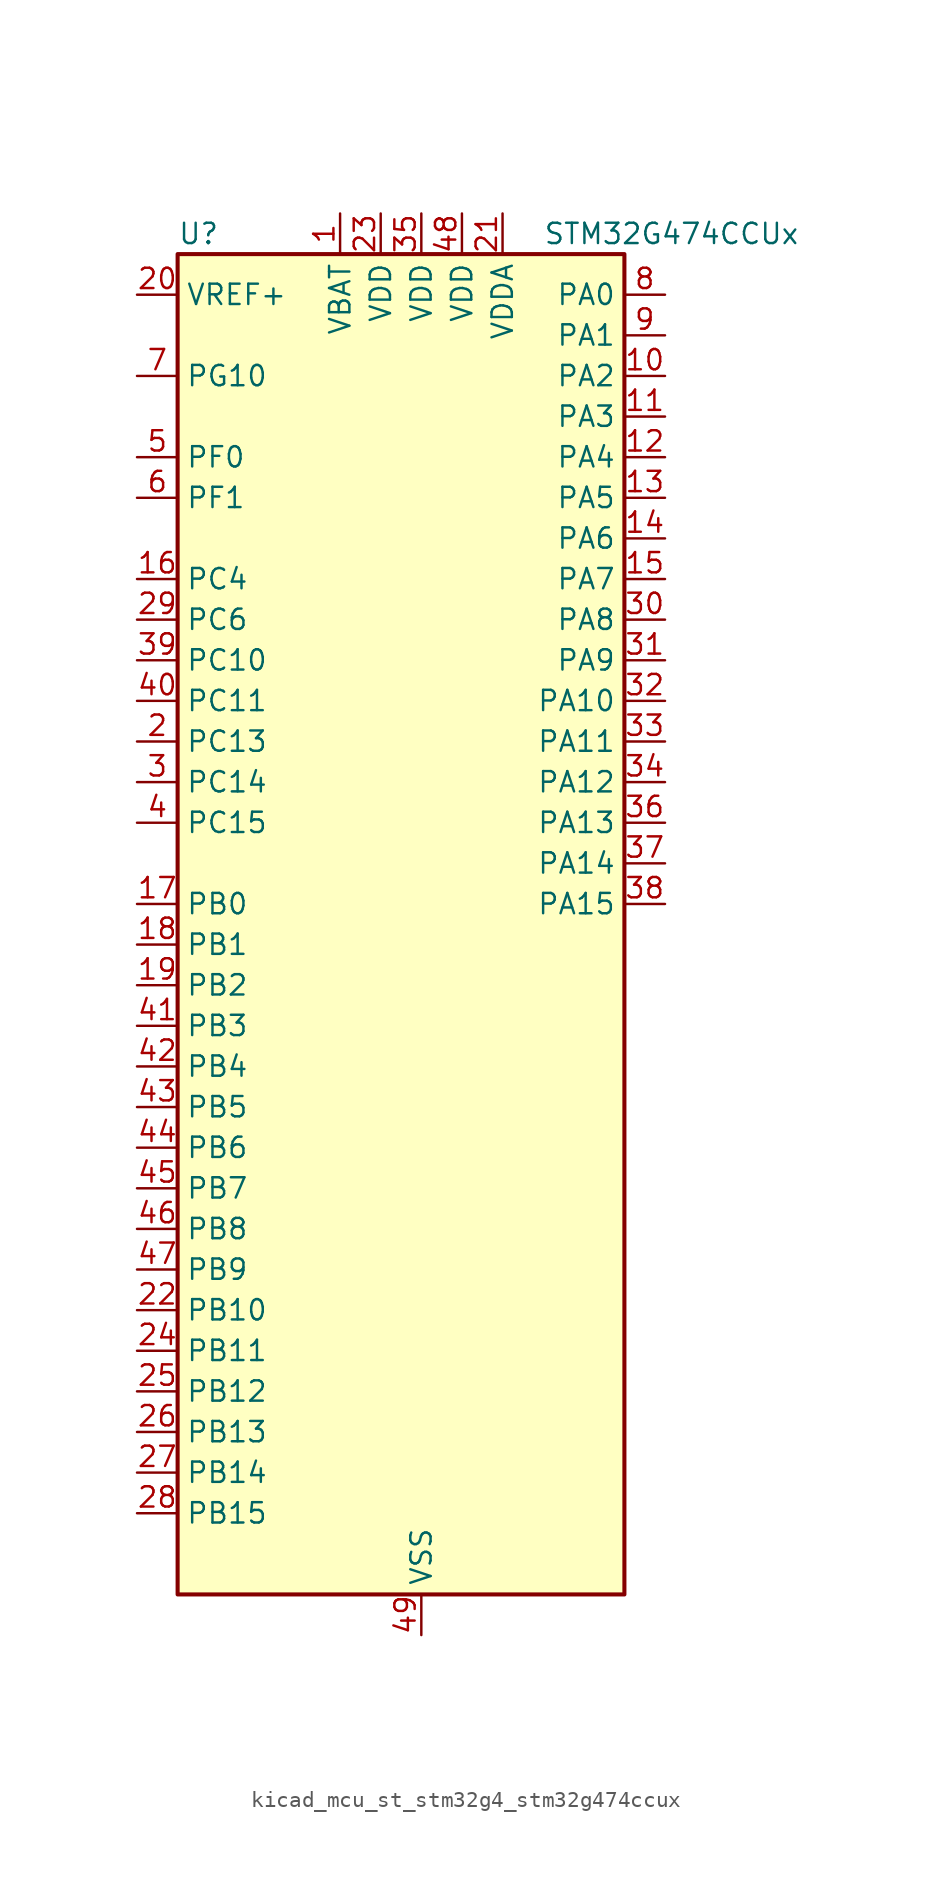
<source format=kicad_sym>
(kicad_symbol_lib
  (version 20220914)
  (generator kicad_symbol_editor)
  (symbol "kicad_mcu_st_stm32g4_stm32g474ccux"
    (property "Reference" "U"
      (at -12.7 44.45 0)
      (effects (font (size 1.27 1.27)) (justify left)))
    (property "Value" "STM32G474CCUx"
      (at 10.16 44.45 0)
      (effects (font (size 1.27 1.27)) (justify left)))
    (property "ki_locked" ""
      (at 0 0 0)
      (effects (font (size 1.27 1.27))))
    (symbol "kicad_mcu_st_stm32g4_stm32g474ccux_0_1"
      (rectangle (start -12.7 -40.64) (end 15.24 43.18) (stroke (width 0.254) (type default)) (fill (type background))))
    (symbol "kicad_mcu_st_stm32g4_stm32g474ccux_1_1"
      (pin power_in line (at -2.54 45.72 270) (length 2.54) (name "VBAT" (effects (font (size 1.27 1.27)))) (number "1" (effects (font (size 1.27 1.27)))))
      (pin bidirectional line (at 17.78 35.56 180) (length 2.54) (name "PA2" (effects (font (size 1.27 1.27)))) (number "10" (effects (font (size 1.27 1.27)))) (alternate "ADC1_IN3" bidirectional line) (alternate "ADC3_EXTI2" bidirectional line) (alternate "ADC4_EXTI2" bidirectional line) (alternate "ADC5_EXTI2" bidirectional line) (alternate "COMP2_INM" bidirectional line) (alternate "COMP2_OUT" bidirectional line) (alternate "LPUART1_TX" bidirectional line) (alternate "OPAMP1_VOUT" bidirectional line) (alternate "QUADSPI1_BK1_NCS" bidirectional line) (alternate "RCC_LSCO" bidirectional line) (alternate "SYS_WKUP4" bidirectional line) (alternate "TIM15_CH1" bidirectional line) (alternate "TIM2_CH3" bidirectional line) (alternate "TIM5_CH3" bidirectional line) (alternate "UCPD1_FRSTX1" bidirectional line) (alternate "UCPD1_FRSTX2" bidirectional line) (alternate "USART2_TX" bidirectional line))
      (pin bidirectional line (at 17.78 33.02 180) (length 2.54) (name "PA3" (effects (font (size 1.27 1.27)))) (number "11" (effects (font (size 1.27 1.27)))) (alternate "ADC1_IN4" bidirectional line) (alternate "ADC3_EXTI3" bidirectional line) (alternate "ADC4_EXTI3" bidirectional line) (alternate "ADC5_EXTI3" bidirectional line) (alternate "COMP2_INP" bidirectional line) (alternate "LPUART1_RX" bidirectional line) (alternate "OPAMP1_VINM" bidirectional line) (alternate "OPAMP1_VINM0" bidirectional line) (alternate "OPAMP1_VINM_SEC" bidirectional line) (alternate "OPAMP1_VINP" bidirectional line) (alternate "OPAMP1_VINP_SEC" bidirectional line) (alternate "OPAMP5_VINM" bidirectional line) (alternate "OPAMP5_VINM1" bidirectional line) (alternate "OPAMP5_VINM_SEC" bidirectional line) (alternate "QUADSPI1_CLK" bidirectional line) (alternate "SAI1_CK1" bidirectional line) (alternate "SAI1_MCLK_A" bidirectional line) (alternate "TIM15_CH2" bidirectional line) (alternate "TIM2_CH4" bidirectional line) (alternate "TIM5_CH4" bidirectional line) (alternate "USART2_RX" bidirectional line))
      (pin bidirectional line (at 17.78 30.48 180) (length 2.54) (name "PA4" (effects (font (size 1.27 1.27)))) (number "12" (effects (font (size 1.27 1.27)))) (alternate "ADC2_IN17" bidirectional line) (alternate "COMP1_INM" bidirectional line) (alternate "DAC1_OUT1" bidirectional line) (alternate "I2S3_WS" bidirectional line) (alternate "SAI1_FS_B" bidirectional line) (alternate "SPI1_NSS" bidirectional line) (alternate "SPI3_NSS" bidirectional line) (alternate "TIM3_CH2" bidirectional line) (alternate "USART2_CK" bidirectional line))
      (pin bidirectional line (at 17.78 27.94 180) (length 2.54) (name "PA5" (effects (font (size 1.27 1.27)))) (number "13" (effects (font (size 1.27 1.27)))) (alternate "ADC2_IN13" bidirectional line) (alternate "COMP2_INM" bidirectional line) (alternate "DAC1_OUT2" bidirectional line) (alternate "OPAMP2_VINM" bidirectional line) (alternate "OPAMP2_VINM0" bidirectional line) (alternate "OPAMP2_VINM_SEC" bidirectional line) (alternate "SPI1_SCK" bidirectional line) (alternate "TIM2_CH1" bidirectional line) (alternate "TIM2_ETR" bidirectional line) (alternate "UCPD1_FRSTX1" bidirectional line) (alternate "UCPD1_FRSTX2" bidirectional line))
      (pin bidirectional line (at 17.78 25.4 180) (length 2.54) (name "PA6" (effects (font (size 1.27 1.27)))) (number "14" (effects (font (size 1.27 1.27)))) (alternate "ADC2_IN3" bidirectional line) (alternate "COMP1_OUT" bidirectional line) (alternate "DAC2_OUT1" bidirectional line) (alternate "LPUART1_CTS" bidirectional line) (alternate "OPAMP2_VOUT" bidirectional line) (alternate "QUADSPI1_BK1_IO3" bidirectional line) (alternate "SPI1_MISO" bidirectional line) (alternate "TIM16_CH1" bidirectional line) (alternate "TIM1_BKIN" bidirectional line) (alternate "TIM3_CH1" bidirectional line) (alternate "TIM8_BKIN" bidirectional line))
      (pin bidirectional line (at 17.78 22.86 180) (length 2.54) (name "PA7" (effects (font (size 1.27 1.27)))) (number "15" (effects (font (size 1.27 1.27)))) (alternate "ADC2_IN4" bidirectional line) (alternate "COMP2_INP" bidirectional line) (alternate "COMP2_OUT" bidirectional line) (alternate "OPAMP1_VINP" bidirectional line) (alternate "OPAMP1_VINP_SEC" bidirectional line) (alternate "OPAMP2_VINP" bidirectional line) (alternate "OPAMP2_VINP_SEC" bidirectional line) (alternate "QUADSPI1_BK1_IO2" bidirectional line) (alternate "SPI1_MOSI" bidirectional line) (alternate "TIM17_CH1" bidirectional line) (alternate "TIM1_CH1N" bidirectional line) (alternate "TIM3_CH2" bidirectional line) (alternate "TIM8_CH1N" bidirectional line) (alternate "UCPD1_FRSTX1" bidirectional line) (alternate "UCPD1_FRSTX2" bidirectional line))
      (pin bidirectional line (at -15.24 22.86 0) (length 2.54) (name "PC4" (effects (font (size 1.27 1.27)))) (number "16" (effects (font (size 1.27 1.27)))) (alternate "ADC2_IN5" bidirectional line) (alternate "I2C2_SCL" bidirectional line) (alternate "QUADSPI1_BK2_IO3" bidirectional line) (alternate "TIM1_ETR" bidirectional line) (alternate "USART1_TX" bidirectional line))
      (pin bidirectional line (at -15.24 2.54 0) (length 2.54) (name "PB0" (effects (font (size 1.27 1.27)))) (number "17" (effects (font (size 1.27 1.27)))) (alternate "ADC1_IN15" bidirectional line) (alternate "ADC3_IN12" bidirectional line) (alternate "COMP4_INP" bidirectional line) (alternate "HRTIM1_FLT5" bidirectional line) (alternate "OPAMP2_VINP" bidirectional line) (alternate "OPAMP2_VINP_SEC" bidirectional line) (alternate "OPAMP3_VINP" bidirectional line) (alternate "OPAMP3_VINP_SEC" bidirectional line) (alternate "QUADSPI1_BK1_IO1" bidirectional line) (alternate "TIM1_CH2N" bidirectional line) (alternate "TIM3_CH3" bidirectional line) (alternate "TIM8_CH2N" bidirectional line) (alternate "UCPD1_FRSTX1" bidirectional line) (alternate "UCPD1_FRSTX2" bidirectional line))
      (pin bidirectional line (at -15.24 0 0) (length 2.54) (name "PB1" (effects (font (size 1.27 1.27)))) (number "18" (effects (font (size 1.27 1.27)))) (alternate "ADC1_IN12" bidirectional line) (alternate "ADC3_IN1" bidirectional line) (alternate "COMP1_INP" bidirectional line) (alternate "COMP4_OUT" bidirectional line) (alternate "HRTIM1_SCOUT" bidirectional line) (alternate "LPUART1_DE" bidirectional line) (alternate "LPUART1_RTS" bidirectional line) (alternate "OPAMP3_VOUT" bidirectional line) (alternate "OPAMP6_VINM" bidirectional line) (alternate "OPAMP6_VINM1" bidirectional line) (alternate "OPAMP6_VINM_SEC" bidirectional line) (alternate "QUADSPI1_BK1_IO0" bidirectional line) (alternate "TIM1_CH3N" bidirectional line) (alternate "TIM3_CH4" bidirectional line) (alternate "TIM8_CH3N" bidirectional line))
      (pin bidirectional line (at -15.24 -2.54 0) (length 2.54) (name "PB2" (effects (font (size 1.27 1.27)))) (number "19" (effects (font (size 1.27 1.27)))) (alternate "ADC2_IN12" bidirectional line) (alternate "ADC3_EXTI2" bidirectional line) (alternate "ADC4_EXTI2" bidirectional line) (alternate "ADC5_EXTI2" bidirectional line) (alternate "COMP4_INM" bidirectional line) (alternate "HRTIM1_SCIN" bidirectional line) (alternate "I2C3_SMBA" bidirectional line) (alternate "LPTIM1_OUT" bidirectional line) (alternate "OPAMP3_VINM" bidirectional line) (alternate "OPAMP3_VINM0" bidirectional line) (alternate "OPAMP3_VINM_SEC" bidirectional line) (alternate "QUADSPI1_BK2_IO1" bidirectional line) (alternate "RTC_OUT2" bidirectional line) (alternate "TIM20_CH1" bidirectional line) (alternate "TIM5_CH1" bidirectional line))
      (pin bidirectional line (at -15.24 12.7 0) (length 2.54) (name "PC13" (effects (font (size 1.27 1.27)))) (number "2" (effects (font (size 1.27 1.27)))) (alternate "RTC_OUT1" bidirectional line) (alternate "RTC_TAMP1" bidirectional line) (alternate "RTC_TS" bidirectional line) (alternate "SYS_WKUP2" bidirectional line) (alternate "TIM1_BKIN" bidirectional line) (alternate "TIM1_CH1N" bidirectional line) (alternate "TIM8_CH4N" bidirectional line))
      (pin input line (at -15.24 40.64 0) (length 2.54) (name "VREF+" (effects (font (size 1.27 1.27)))) (number "20" (effects (font (size 1.27 1.27)))) (alternate "VREFBUF_OUT" bidirectional line))
      (pin power_in line (at 7.62 45.72 270) (length 2.54) (name "VDDA" (effects (font (size 1.27 1.27)))) (number "21" (effects (font (size 1.27 1.27)))))
      (pin bidirectional line (at -15.24 -22.86 0) (length 2.54) (name "PB10" (effects (font (size 1.27 1.27)))) (number "22" (effects (font (size 1.27 1.27)))) (alternate "COMP5_INM" bidirectional line) (alternate "DAC1_EXTI10" bidirectional line) (alternate "DAC2_EXTI10" bidirectional line) (alternate "DAC3_EXTI10" bidirectional line) (alternate "DAC4_EXTI10" bidirectional line) (alternate "HRTIM1_FLT3" bidirectional line) (alternate "LPUART1_RX" bidirectional line) (alternate "OPAMP3_VINM" bidirectional line) (alternate "OPAMP3_VINM1" bidirectional line) (alternate "OPAMP3_VINM_SEC" bidirectional line) (alternate "OPAMP4_VINM" bidirectional line) (alternate "OPAMP4_VINM0" bidirectional line) (alternate "OPAMP4_VINM_SEC" bidirectional line) (alternate "QUADSPI1_CLK" bidirectional line) (alternate "SAI1_SCK_A" bidirectional line) (alternate "TIM1_BKIN" bidirectional line) (alternate "TIM2_CH3" bidirectional line) (alternate "USART3_TX" bidirectional line))
      (pin power_in line (at 0 45.72 270) (length 2.54) (name "VDD" (effects (font (size 1.27 1.27)))) (number "23" (effects (font (size 1.27 1.27)))))
      (pin bidirectional line (at -15.24 -25.4 0) (length 2.54) (name "PB11" (effects (font (size 1.27 1.27)))) (number "24" (effects (font (size 1.27 1.27)))) (alternate "ADC1_EXTI11" bidirectional line) (alternate "ADC1_IN14" bidirectional line) (alternate "ADC2_EXTI11" bidirectional line) (alternate "ADC2_IN14" bidirectional line) (alternate "COMP6_INP" bidirectional line) (alternate "HRTIM1_FLT4" bidirectional line) (alternate "LPUART1_TX" bidirectional line) (alternate "OPAMP4_VINP" bidirectional line) (alternate "OPAMP4_VINP_SEC" bidirectional line) (alternate "OPAMP6_VOUT" bidirectional line) (alternate "QUADSPI1_BK1_NCS" bidirectional line) (alternate "TIM2_CH4" bidirectional line) (alternate "USART3_RX" bidirectional line))
      (pin bidirectional line (at -15.24 -27.94 0) (length 2.54) (name "PB12" (effects (font (size 1.27 1.27)))) (number "25" (effects (font (size 1.27 1.27)))) (alternate "ADC1_IN11" bidirectional line) (alternate "ADC4_IN3" bidirectional line) (alternate "COMP7_INM" bidirectional line) (alternate "FDCAN2_RX" bidirectional line) (alternate "HRTIM1_CHC1" bidirectional line) (alternate "I2C2_SMBA" bidirectional line) (alternate "I2S2_WS" bidirectional line) (alternate "LPUART1_DE" bidirectional line) (alternate "LPUART1_RTS" bidirectional line) (alternate "OPAMP4_VOUT" bidirectional line) (alternate "OPAMP6_VINP" bidirectional line) (alternate "OPAMP6_VINP_SEC" bidirectional line) (alternate "SPI2_NSS" bidirectional line) (alternate "TIM1_BKIN" bidirectional line) (alternate "TIM5_ETR" bidirectional line) (alternate "USART3_CK" bidirectional line))
      (pin bidirectional line (at -15.24 -30.48 0) (length 2.54) (name "PB13" (effects (font (size 1.27 1.27)))) (number "26" (effects (font (size 1.27 1.27)))) (alternate "ADC3_IN5" bidirectional line) (alternate "COMP5_INP" bidirectional line) (alternate "FDCAN2_TX" bidirectional line) (alternate "HRTIM1_CHC2" bidirectional line) (alternate "I2S2_CK" bidirectional line) (alternate "LPUART1_CTS" bidirectional line) (alternate "OPAMP3_VINP" bidirectional line) (alternate "OPAMP3_VINP_SEC" bidirectional line) (alternate "OPAMP4_VINP" bidirectional line) (alternate "OPAMP4_VINP_SEC" bidirectional line) (alternate "OPAMP6_VINP" bidirectional line) (alternate "OPAMP6_VINP_SEC" bidirectional line) (alternate "SPI2_SCK" bidirectional line) (alternate "TIM1_CH1N" bidirectional line) (alternate "USART3_CTS" bidirectional line) (alternate "USART3_NSS" bidirectional line))
      (pin bidirectional line (at -15.24 -33.02 0) (length 2.54) (name "PB14" (effects (font (size 1.27 1.27)))) (number "27" (effects (font (size 1.27 1.27)))) (alternate "ADC1_IN5" bidirectional line) (alternate "ADC4_IN4" bidirectional line) (alternate "COMP4_OUT" bidirectional line) (alternate "COMP7_INP" bidirectional line) (alternate "HRTIM1_CHD1" bidirectional line) (alternate "OPAMP2_VINP" bidirectional line) (alternate "OPAMP2_VINP_SEC" bidirectional line) (alternate "OPAMP5_VINP" bidirectional line) (alternate "OPAMP5_VINP_SEC" bidirectional line) (alternate "SPI2_MISO" bidirectional line) (alternate "TIM15_CH1" bidirectional line) (alternate "TIM1_CH2N" bidirectional line) (alternate "USART3_DE" bidirectional line) (alternate "USART3_RTS" bidirectional line))
      (pin bidirectional line (at -15.24 -35.56 0) (length 2.54) (name "PB15" (effects (font (size 1.27 1.27)))) (number "28" (effects (font (size 1.27 1.27)))) (alternate "ADC1_EXTI15" bidirectional line) (alternate "ADC2_EXTI15" bidirectional line) (alternate "ADC2_IN15" bidirectional line) (alternate "ADC4_IN5" bidirectional line) (alternate "COMP3_OUT" bidirectional line) (alternate "COMP6_INM" bidirectional line) (alternate "HRTIM1_CHD2" bidirectional line) (alternate "I2S2_SD" bidirectional line) (alternate "OPAMP5_VINM" bidirectional line) (alternate "OPAMP5_VINM0" bidirectional line) (alternate "OPAMP5_VINM_SEC" bidirectional line) (alternate "RTC_REFIN" bidirectional line) (alternate "SPI2_MOSI" bidirectional line) (alternate "TIM15_CH1N" bidirectional line) (alternate "TIM15_CH2" bidirectional line) (alternate "TIM1_CH3N" bidirectional line))
      (pin bidirectional line (at -15.24 20.32 0) (length 2.54) (name "PC6" (effects (font (size 1.27 1.27)))) (number "29" (effects (font (size 1.27 1.27)))) (alternate "COMP6_OUT" bidirectional line) (alternate "HRTIM1_CHF1" bidirectional line) (alternate "HRTIM1_EEV10" bidirectional line) (alternate "I2C4_SCL" bidirectional line) (alternate "I2S2_MCK" bidirectional line) (alternate "TIM3_CH1" bidirectional line) (alternate "TIM8_CH1" bidirectional line))
      (pin bidirectional line (at -15.24 10.16 0) (length 2.54) (name "PC14" (effects (font (size 1.27 1.27)))) (number "3" (effects (font (size 1.27 1.27)))) (alternate "RCC_OSC32_IN" bidirectional line))
      (pin bidirectional line (at 17.78 20.32 180) (length 2.54) (name "PA8" (effects (font (size 1.27 1.27)))) (number "30" (effects (font (size 1.27 1.27)))) (alternate "ADC5_IN1" bidirectional line) (alternate "COMP7_OUT" bidirectional line) (alternate "FDCAN3_RX" bidirectional line) (alternate "HRTIM1_CHA1" bidirectional line) (alternate "I2C2_SDA" bidirectional line) (alternate "I2C3_SCL" bidirectional line) (alternate "I2S2_MCK" bidirectional line) (alternate "OPAMP5_VOUT" bidirectional line) (alternate "RCC_MCO" bidirectional line) (alternate "SAI1_CK2" bidirectional line) (alternate "SAI1_SCK_A" bidirectional line) (alternate "TIM1_CH1" bidirectional line) (alternate "TIM4_ETR" bidirectional line) (alternate "USART1_CK" bidirectional line))
      (pin bidirectional line (at 17.78 17.78 180) (length 2.54) (name "PA9" (effects (font (size 1.27 1.27)))) (number "31" (effects (font (size 1.27 1.27)))) (alternate "ADC5_IN2" bidirectional line) (alternate "COMP5_OUT" bidirectional line) (alternate "DAC1_EXTI9" bidirectional line) (alternate "DAC2_EXTI9" bidirectional line) (alternate "DAC3_EXTI9" bidirectional line) (alternate "DAC4_EXTI9" bidirectional line) (alternate "HRTIM1_CHA2" bidirectional line) (alternate "I2C2_SCL" bidirectional line) (alternate "I2C3_SMBA" bidirectional line) (alternate "I2S3_MCK" bidirectional line) (alternate "SAI1_FS_A" bidirectional line) (alternate "TIM15_BKIN" bidirectional line) (alternate "TIM1_CH2" bidirectional line) (alternate "TIM2_CH3" bidirectional line) (alternate "UCPD1_DBCC1" bidirectional line) (alternate "USART1_TX" bidirectional line))
      (pin bidirectional line (at 17.78 15.24 180) (length 2.54) (name "PA10" (effects (font (size 1.27 1.27)))) (number "32" (effects (font (size 1.27 1.27)))) (alternate "COMP6_OUT" bidirectional line) (alternate "CRS_SYNC" bidirectional line) (alternate "DAC1_EXTI10" bidirectional line) (alternate "DAC2_EXTI10" bidirectional line) (alternate "DAC3_EXTI10" bidirectional line) (alternate "DAC4_EXTI10" bidirectional line) (alternate "HRTIM1_CHB1" bidirectional line) (alternate "I2C2_SMBA" bidirectional line) (alternate "SAI1_D1" bidirectional line) (alternate "SAI1_SD_A" bidirectional line) (alternate "SPI2_MISO" bidirectional line) (alternate "TIM17_BKIN" bidirectional line) (alternate "TIM1_CH3" bidirectional line) (alternate "TIM2_CH4" bidirectional line) (alternate "TIM8_BKIN" bidirectional line) (alternate "UCPD1_DBCC2" bidirectional line) (alternate "USART1_RX" bidirectional line))
      (pin bidirectional line (at 17.78 12.7 180) (length 2.54) (name "PA11" (effects (font (size 1.27 1.27)))) (number "33" (effects (font (size 1.27 1.27)))) (alternate "ADC1_EXTI11" bidirectional line) (alternate "ADC2_EXTI11" bidirectional line) (alternate "COMP1_OUT" bidirectional line) (alternate "FDCAN1_RX" bidirectional line) (alternate "HRTIM1_CHB2" bidirectional line) (alternate "I2S2_SD" bidirectional line) (alternate "SPI2_MOSI" bidirectional line) (alternate "TIM1_BKIN2" bidirectional line) (alternate "TIM1_CH1N" bidirectional line) (alternate "TIM1_CH4" bidirectional line) (alternate "TIM4_CH1" bidirectional line) (alternate "USART1_CTS" bidirectional line) (alternate "USART1_NSS" bidirectional line) (alternate "USB_DM" bidirectional line))
      (pin bidirectional line (at 17.78 10.16 180) (length 2.54) (name "PA12" (effects (font (size 1.27 1.27)))) (number "34" (effects (font (size 1.27 1.27)))) (alternate "COMP2_OUT" bidirectional line) (alternate "FDCAN1_TX" bidirectional line) (alternate "HRTIM1_FLT1" bidirectional line) (alternate "I2S_CKIN" bidirectional line) (alternate "TIM16_CH1" bidirectional line) (alternate "TIM1_CH2N" bidirectional line) (alternate "TIM1_ETR" bidirectional line) (alternate "TIM4_CH2" bidirectional line) (alternate "USART1_DE" bidirectional line) (alternate "USART1_RTS" bidirectional line) (alternate "USB_DP" bidirectional line))
      (pin power_in line (at 2.54 45.72 270) (length 2.54) (name "VDD" (effects (font (size 1.27 1.27)))) (number "35" (effects (font (size 1.27 1.27)))))
      (pin bidirectional line (at 17.78 7.62 180) (length 2.54) (name "PA13" (effects (font (size 1.27 1.27)))) (number "36" (effects (font (size 1.27 1.27)))) (alternate "I2C1_SCL" bidirectional line) (alternate "I2C4_SCL" bidirectional line) (alternate "IR_OUT" bidirectional line) (alternate "SAI1_SD_B" bidirectional line) (alternate "SYS_JTMS-SWDIO" bidirectional line) (alternate "TIM16_CH1N" bidirectional line) (alternate "TIM4_CH3" bidirectional line) (alternate "USART3_CTS" bidirectional line) (alternate "USART3_NSS" bidirectional line))
      (pin bidirectional line (at 17.78 5.08 180) (length 2.54) (name "PA14" (effects (font (size 1.27 1.27)))) (number "37" (effects (font (size 1.27 1.27)))) (alternate "I2C1_SDA" bidirectional line) (alternate "I2C4_SMBA" bidirectional line) (alternate "LPTIM1_OUT" bidirectional line) (alternate "SAI1_FS_B" bidirectional line) (alternate "SYS_JTCK-SWCLK" bidirectional line) (alternate "TIM1_BKIN" bidirectional line) (alternate "TIM8_CH2" bidirectional line) (alternate "USART2_TX" bidirectional line))
      (pin bidirectional line (at 17.78 2.54 180) (length 2.54) (name "PA15" (effects (font (size 1.27 1.27)))) (number "38" (effects (font (size 1.27 1.27)))) (alternate "ADC1_EXTI15" bidirectional line) (alternate "ADC2_EXTI15" bidirectional line) (alternate "FDCAN3_TX" bidirectional line) (alternate "HRTIM1_FLT2" bidirectional line) (alternate "I2C1_SCL" bidirectional line) (alternate "I2S3_WS" bidirectional line) (alternate "SPI1_NSS" bidirectional line) (alternate "SPI3_NSS" bidirectional line) (alternate "SYS_JTDI" bidirectional line) (alternate "TIM1_BKIN" bidirectional line) (alternate "TIM2_CH1" bidirectional line) (alternate "TIM2_ETR" bidirectional line) (alternate "TIM8_CH1" bidirectional line) (alternate "UART4_DE" bidirectional line) (alternate "UART4_RTS" bidirectional line) (alternate "USART2_RX" bidirectional line))
      (pin bidirectional line (at -15.24 17.78 0) (length 2.54) (name "PC10" (effects (font (size 1.27 1.27)))) (number "39" (effects (font (size 1.27 1.27)))) (alternate "DAC1_EXTI10" bidirectional line) (alternate "DAC2_EXTI10" bidirectional line) (alternate "DAC3_EXTI10" bidirectional line) (alternate "DAC4_EXTI10" bidirectional line) (alternate "HRTIM1_FLT6" bidirectional line) (alternate "I2S3_CK" bidirectional line) (alternate "SPI3_SCK" bidirectional line) (alternate "TIM8_CH1N" bidirectional line) (alternate "UART4_TX" bidirectional line) (alternate "USART3_TX" bidirectional line))
      (pin bidirectional line (at -15.24 7.62 0) (length 2.54) (name "PC15" (effects (font (size 1.27 1.27)))) (number "4" (effects (font (size 1.27 1.27)))) (alternate "ADC1_EXTI15" bidirectional line) (alternate "ADC2_EXTI15" bidirectional line) (alternate "RCC_OSC32_OUT" bidirectional line))
      (pin bidirectional line (at -15.24 15.24 0) (length 2.54) (name "PC11" (effects (font (size 1.27 1.27)))) (number "40" (effects (font (size 1.27 1.27)))) (alternate "ADC1_EXTI11" bidirectional line) (alternate "ADC2_EXTI11" bidirectional line) (alternate "HRTIM1_EEV2" bidirectional line) (alternate "I2C3_SDA" bidirectional line) (alternate "SPI3_MISO" bidirectional line) (alternate "TIM8_CH2N" bidirectional line) (alternate "UART4_RX" bidirectional line) (alternate "USART3_RX" bidirectional line))
      (pin bidirectional line (at -15.24 -5.08 0) (length 2.54) (name "PB3" (effects (font (size 1.27 1.27)))) (number "41" (effects (font (size 1.27 1.27)))) (alternate "ADC3_EXTI3" bidirectional line) (alternate "ADC4_EXTI3" bidirectional line) (alternate "ADC5_EXTI3" bidirectional line) (alternate "CRS_SYNC" bidirectional line) (alternate "FDCAN3_RX" bidirectional line) (alternate "HRTIM1_EEV9" bidirectional line) (alternate "HRTIM1_SCOUT" bidirectional line) (alternate "I2S3_CK" bidirectional line) (alternate "SAI1_SCK_B" bidirectional line) (alternate "SPI1_SCK" bidirectional line) (alternate "SPI3_SCK" bidirectional line) (alternate "SYS_JTDO-SWO" bidirectional line) (alternate "TIM2_CH2" bidirectional line) (alternate "TIM3_ETR" bidirectional line) (alternate "TIM4_ETR" bidirectional line) (alternate "TIM8_CH1N" bidirectional line) (alternate "USART2_TX" bidirectional line))
      (pin bidirectional line (at -15.24 -7.62 0) (length 2.54) (name "PB4" (effects (font (size 1.27 1.27)))) (number "42" (effects (font (size 1.27 1.27)))) (alternate "FDCAN3_TX" bidirectional line) (alternate "HRTIM1_EEV7" bidirectional line) (alternate "SAI1_MCLK_B" bidirectional line) (alternate "SPI1_MISO" bidirectional line) (alternate "SPI3_MISO" bidirectional line) (alternate "SYS_JTRST" bidirectional line) (alternate "TIM16_CH1" bidirectional line) (alternate "TIM17_BKIN" bidirectional line) (alternate "TIM3_CH1" bidirectional line) (alternate "TIM8_CH2N" bidirectional line) (alternate "UCPD1_CC2" bidirectional line) (alternate "USART2_RX" bidirectional line))
      (pin bidirectional line (at -15.24 -10.16 0) (length 2.54) (name "PB5" (effects (font (size 1.27 1.27)))) (number "43" (effects (font (size 1.27 1.27)))) (alternate "FDCAN2_RX" bidirectional line) (alternate "HRTIM1_EEV6" bidirectional line) (alternate "I2C1_SMBA" bidirectional line) (alternate "I2C3_SDA" bidirectional line) (alternate "I2S3_SD" bidirectional line) (alternate "LPTIM1_IN1" bidirectional line) (alternate "SAI1_SD_B" bidirectional line) (alternate "SPI1_MOSI" bidirectional line) (alternate "SPI3_MOSI" bidirectional line) (alternate "TIM16_BKIN" bidirectional line) (alternate "TIM17_CH1" bidirectional line) (alternate "TIM3_CH2" bidirectional line) (alternate "TIM8_CH3N" bidirectional line) (alternate "USART2_CK" bidirectional line))
      (pin bidirectional line (at -15.24 -12.7 0) (length 2.54) (name "PB6" (effects (font (size 1.27 1.27)))) (number "44" (effects (font (size 1.27 1.27)))) (alternate "COMP4_OUT" bidirectional line) (alternate "FDCAN2_TX" bidirectional line) (alternate "HRTIM1_EEV4" bidirectional line) (alternate "HRTIM1_SCIN" bidirectional line) (alternate "LPTIM1_ETR" bidirectional line) (alternate "SAI1_FS_B" bidirectional line) (alternate "TIM16_CH1N" bidirectional line) (alternate "TIM4_CH1" bidirectional line) (alternate "TIM8_BKIN2" bidirectional line) (alternate "TIM8_CH1" bidirectional line) (alternate "TIM8_ETR" bidirectional line) (alternate "UCPD1_CC1" bidirectional line) (alternate "USART1_TX" bidirectional line))
      (pin bidirectional line (at -15.24 -15.24 0) (length 2.54) (name "PB7" (effects (font (size 1.27 1.27)))) (number "45" (effects (font (size 1.27 1.27)))) (alternate "COMP3_OUT" bidirectional line) (alternate "HRTIM1_EEV3" bidirectional line) (alternate "I2C1_SDA" bidirectional line) (alternate "I2C4_SDA" bidirectional line) (alternate "LPTIM1_IN2" bidirectional line) (alternate "SYS_PVD_IN" bidirectional line) (alternate "TIM17_CH1N" bidirectional line) (alternate "TIM3_CH4" bidirectional line) (alternate "TIM4_CH2" bidirectional line) (alternate "TIM8_BKIN" bidirectional line) (alternate "UART4_CTS" bidirectional line) (alternate "USART1_RX" bidirectional line))
      (pin bidirectional line (at -15.24 -17.78 0) (length 2.54) (name "PB8" (effects (font (size 1.27 1.27)))) (number "46" (effects (font (size 1.27 1.27)))) (alternate "COMP1_OUT" bidirectional line) (alternate "FDCAN1_RX" bidirectional line) (alternate "HRTIM1_EEV8" bidirectional line) (alternate "I2C1_SCL" bidirectional line) (alternate "SAI1_CK1" bidirectional line) (alternate "SAI1_MCLK_A" bidirectional line) (alternate "TIM16_CH1" bidirectional line) (alternate "TIM1_BKIN" bidirectional line) (alternate "TIM4_CH3" bidirectional line) (alternate "TIM8_CH2" bidirectional line) (alternate "USART3_RX" bidirectional line))
      (pin bidirectional line (at -15.24 -20.32 0) (length 2.54) (name "PB9" (effects (font (size 1.27 1.27)))) (number "47" (effects (font (size 1.27 1.27)))) (alternate "COMP2_OUT" bidirectional line) (alternate "DAC1_EXTI9" bidirectional line) (alternate "DAC2_EXTI9" bidirectional line) (alternate "DAC3_EXTI9" bidirectional line) (alternate "DAC4_EXTI9" bidirectional line) (alternate "FDCAN1_TX" bidirectional line) (alternate "HRTIM1_EEV5" bidirectional line) (alternate "I2C1_SDA" bidirectional line) (alternate "IR_OUT" bidirectional line) (alternate "SAI1_D2" bidirectional line) (alternate "SAI1_FS_A" bidirectional line) (alternate "TIM17_CH1" bidirectional line) (alternate "TIM1_CH3N" bidirectional line) (alternate "TIM4_CH4" bidirectional line) (alternate "TIM8_CH3" bidirectional line) (alternate "USART3_TX" bidirectional line))
      (pin power_in line (at 5.08 45.72 270) (length 2.54) (name "VDD" (effects (font (size 1.27 1.27)))) (number "48" (effects (font (size 1.27 1.27)))))
      (pin power_in line (at 2.54 -43.18 90) (length 2.54) (name "VSS" (effects (font (size 1.27 1.27)))) (number "49" (effects (font (size 1.27 1.27)))))
      (pin bidirectional line (at -15.24 30.48 0) (length 2.54) (name "PF0" (effects (font (size 1.27 1.27)))) (number "5" (effects (font (size 1.27 1.27)))) (alternate "ADC1_IN10" bidirectional line) (alternate "I2C2_SDA" bidirectional line) (alternate "I2S2_WS" bidirectional line) (alternate "RCC_OSC_IN" bidirectional line) (alternate "SPI2_NSS" bidirectional line) (alternate "TIM1_CH3N" bidirectional line))
      (pin bidirectional line (at -15.24 27.94 0) (length 2.54) (name "PF1" (effects (font (size 1.27 1.27)))) (number "6" (effects (font (size 1.27 1.27)))) (alternate "ADC2_IN10" bidirectional line) (alternate "COMP3_INM" bidirectional line) (alternate "I2S2_CK" bidirectional line) (alternate "RCC_OSC_OUT" bidirectional line) (alternate "SPI2_SCK" bidirectional line))
      (pin bidirectional line (at -15.24 35.56 0) (length 2.54) (name "PG10" (effects (font (size 1.27 1.27)))) (number "7" (effects (font (size 1.27 1.27)))) (alternate "DAC1_EXTI10" bidirectional line) (alternate "DAC2_EXTI10" bidirectional line) (alternate "DAC3_EXTI10" bidirectional line) (alternate "DAC4_EXTI10" bidirectional line) (alternate "RCC_MCO" bidirectional line))
      (pin bidirectional line (at 17.78 40.64 180) (length 2.54) (name "PA0" (effects (font (size 1.27 1.27)))) (number "8" (effects (font (size 1.27 1.27)))) (alternate "ADC1_IN1" bidirectional line) (alternate "ADC2_IN1" bidirectional line) (alternate "COMP1_INM" bidirectional line) (alternate "COMP1_OUT" bidirectional line) (alternate "COMP3_INP" bidirectional line) (alternate "RTC_TAMP2" bidirectional line) (alternate "SYS_WKUP1" bidirectional line) (alternate "TIM2_CH1" bidirectional line) (alternate "TIM2_ETR" bidirectional line) (alternate "TIM5_CH1" bidirectional line) (alternate "TIM8_BKIN" bidirectional line) (alternate "TIM8_ETR" bidirectional line) (alternate "USART2_CTS" bidirectional line) (alternate "USART2_NSS" bidirectional line))
      (pin bidirectional line (at 17.78 38.1 180) (length 2.54) (name "PA1" (effects (font (size 1.27 1.27)))) (number "9" (effects (font (size 1.27 1.27)))) (alternate "ADC1_IN2" bidirectional line) (alternate "ADC2_IN2" bidirectional line) (alternate "COMP1_INP" bidirectional line) (alternate "OPAMP1_VINP" bidirectional line) (alternate "OPAMP1_VINP_SEC" bidirectional line) (alternate "OPAMP3_VINP" bidirectional line) (alternate "OPAMP3_VINP_SEC" bidirectional line) (alternate "OPAMP6_VINM" bidirectional line) (alternate "OPAMP6_VINM0" bidirectional line) (alternate "OPAMP6_VINM_SEC" bidirectional line) (alternate "RTC_REFIN" bidirectional line) (alternate "TIM15_CH1N" bidirectional line) (alternate "TIM2_CH2" bidirectional line) (alternate "TIM5_CH2" bidirectional line) (alternate "USART2_DE" bidirectional line) (alternate "USART2_RTS" bidirectional line)))))
</source>
